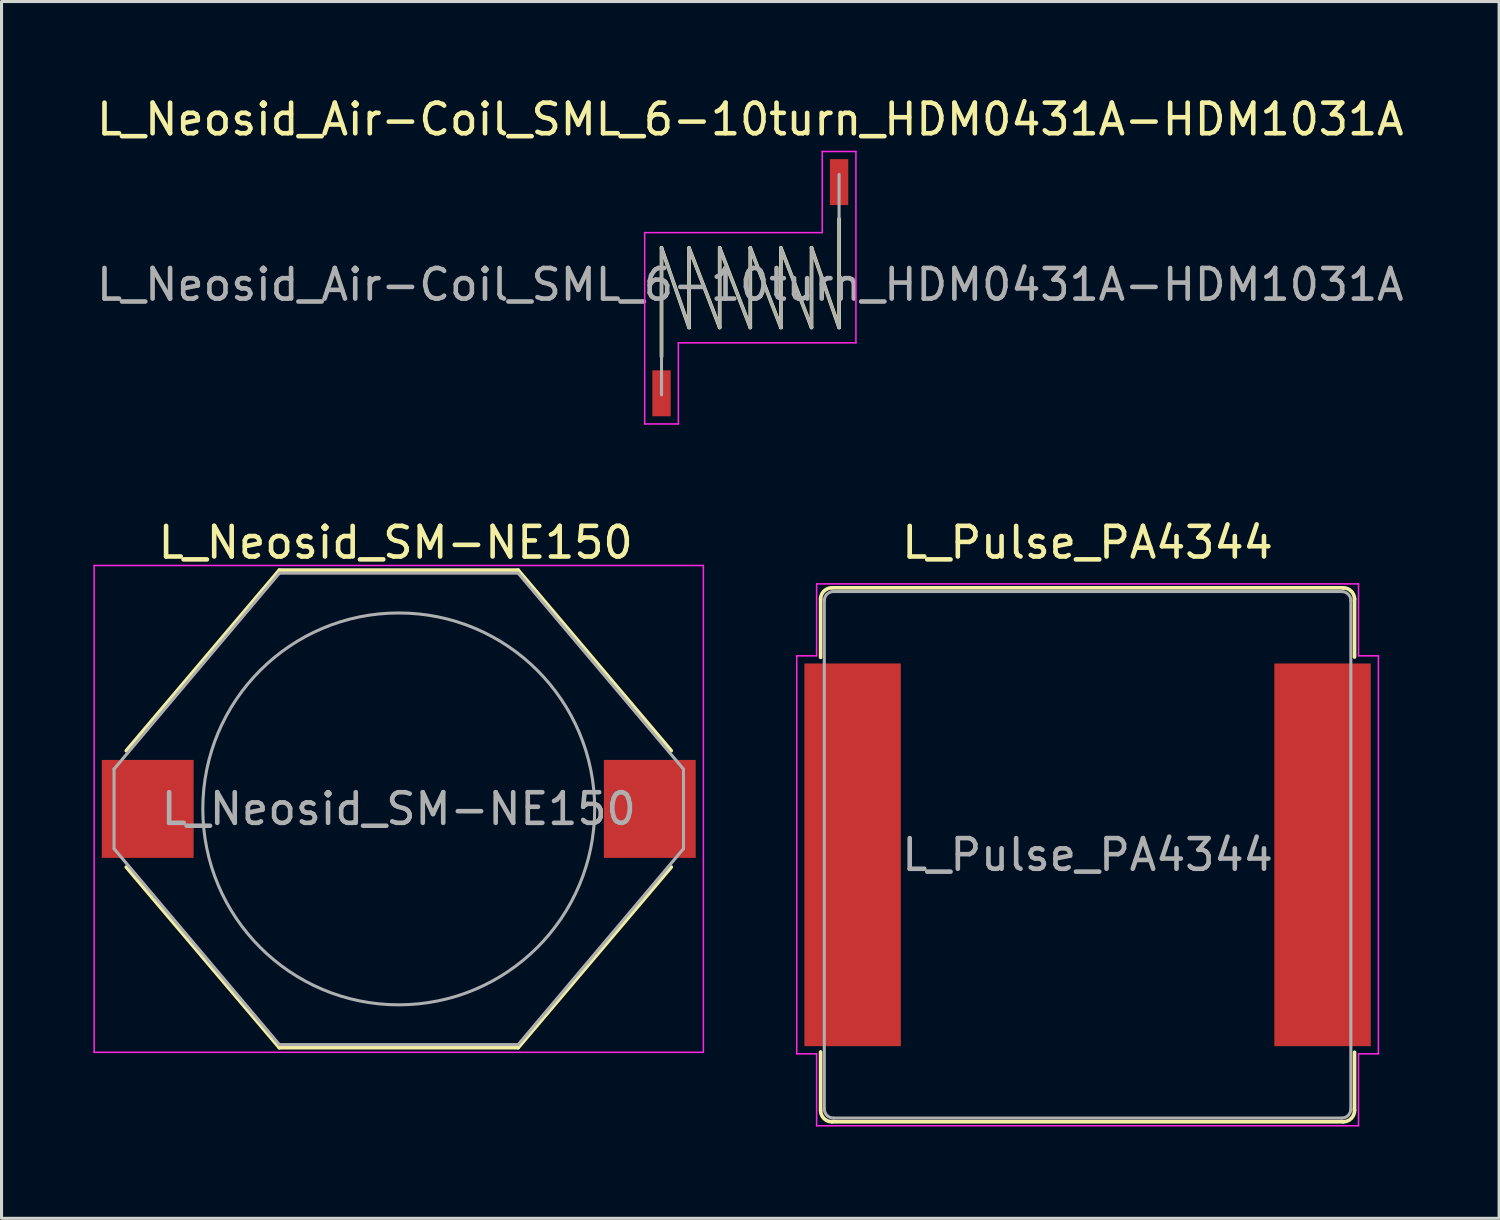
<source format=kicad_pcb>
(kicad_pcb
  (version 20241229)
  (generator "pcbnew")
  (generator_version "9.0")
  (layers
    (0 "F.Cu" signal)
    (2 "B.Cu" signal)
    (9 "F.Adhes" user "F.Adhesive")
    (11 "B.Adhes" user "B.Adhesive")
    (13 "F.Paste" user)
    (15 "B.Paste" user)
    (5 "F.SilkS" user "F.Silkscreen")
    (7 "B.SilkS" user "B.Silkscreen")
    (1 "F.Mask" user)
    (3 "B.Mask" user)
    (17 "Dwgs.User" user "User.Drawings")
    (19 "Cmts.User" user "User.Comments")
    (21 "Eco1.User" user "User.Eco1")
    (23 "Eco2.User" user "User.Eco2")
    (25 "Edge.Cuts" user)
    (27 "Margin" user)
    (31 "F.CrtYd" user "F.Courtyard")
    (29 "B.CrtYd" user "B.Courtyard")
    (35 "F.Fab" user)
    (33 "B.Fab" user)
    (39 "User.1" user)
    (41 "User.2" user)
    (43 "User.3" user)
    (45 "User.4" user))
  (footprint "L_Neosid_SM-NE150"
    (layer "F.Cu")
    (at 9.975 23.372)
    (property "Reference" "L_Neosid_SM-NE150" (at -0.1 -8.7 0) (layer "F.SilkS") (effects (font (size 1 1) (thickness 0.15))))
    (attr smd)
    (fp_line (start -8.9 1.9) (end -3.9 7.8) (stroke (width 0.12) (type solid)) (layer "F.SilkS"))
    (fp_line (start -3.9 -7.8) (end -8.9 -1.9) (stroke (width 0.12) (type solid)) (layer "F.SilkS"))
    (fp_line (start -3.9 -7.8) (end 3.9 -7.8) (stroke (width 0.12) (type solid)) (layer "F.SilkS"))
    (fp_line (start -3.9 7.8) (end 3.9 7.8) (stroke (width 0.12) (type solid)) (layer "F.SilkS"))
    (fp_line (start 3.9 -7.8) (end 8.9 -1.9) (stroke (width 0.12) (type solid)) (layer "F.SilkS"))
    (fp_line (start 3.9 7.8) (end 8.9 1.9) (stroke (width 0.12) (type solid)) (layer "F.SilkS"))
    (fp_line (start -9.95 -7.95) (end -9.95 7.95) (stroke (width 0.05) (type solid)) (layer "F.CrtYd"))
    (fp_line (start -9.95 -7.95) (end 9.95 -7.95) (stroke (width 0.05) (type solid)) (layer "F.CrtYd"))
    (fp_line (start 9.95 7.95) (end -9.95 7.95) (stroke (width 0.05) (type solid)) (layer "F.CrtYd"))
    (fp_line (start 9.95 7.95) (end 9.95 -7.95) (stroke (width 0.05) (type solid)) (layer "F.CrtYd"))
    (fp_line (start -9.3 -1.3) (end -3.9 -7.7) (stroke (width 0.1) (type solid)) (layer "F.Fab"))
    (fp_line (start -9.3 1.3) (end -9.3 -1.3) (stroke (width 0.1) (type solid)) (layer "F.Fab"))
    (fp_line (start -3.9 -7.7) (end 3.9 -7.7) (stroke (width 0.1) (type solid)) (layer "F.Fab"))
    (fp_line (start -3.9 7.7) (end -9.3 1.3) (stroke (width 0.1) (type solid)) (layer "F.Fab"))
    (fp_line (start 3.9 -7.7) (end 9.3 -1.3) (stroke (width 0.1) (type solid)) (layer "F.Fab"))
    (fp_line (start 3.9 7.7) (end -3.9 7.7) (stroke (width 0.1) (type solid)) (layer "F.Fab"))
    (fp_line (start 9.3 -1.3) (end 9.3 1.3) (stroke (width 0.1) (type solid)) (layer "F.Fab"))
    (fp_line (start 9.3 1.3) (end 3.9 7.7) (stroke (width 0.1) (type solid)) (layer "F.Fab"))
    (fp_circle (center 0 0) (end -6.4 0) (stroke (width 0.1) (type solid)) (fill no) (layer "F.Fab"))
    (fp_text user "${REFERENCE}" (at 0 0 0) (layer "F.Fab") (effects (font (size 1 1) (thickness 0.15))))
    (pad "1" smd rect (at -8.2 0 180) (size 3 3.2) (layers "F.Cu" "F.Mask" "F.Paste"))
    (pad "2" smd rect (at 8.2 0) (size 3 3.2) (layers "F.Cu" "F.Mask" "F.Paste")))
  (footprint "L_Pulse_PA4344"
    (layer "F.Cu")
    (at 32.475 24.872)
    (property "Reference" "L_Pulse_PA4344" (at 0 -10.2 0) (layer "F.SilkS") (effects (font (size 1 1) (thickness 0.15))))
    (attr smd)
    (fp_line (start -8.72 -8.35) (end -8.72 -6.45) (stroke (width 0.12) (type solid)) (layer "F.SilkS"))
    (fp_line (start -8.72 6.44) (end -8.72 8.34) (stroke (width 0.12) (type solid)) (layer "F.SilkS"))
    (fp_line (start -8.35 -8.72) (end 8.35 -8.72) (stroke (width 0.12) (type solid)) (layer "F.SilkS"))
    (fp_line (start 8.35 8.72) (end -8.35 8.72) (stroke (width 0.12) (type solid)) (layer "F.SilkS"))
    (fp_line (start 8.72 -8.36) (end 8.72 -6.46) (stroke (width 0.12) (type solid)) (layer "F.SilkS"))
    (fp_line (start 8.72 6.45) (end 8.72 8.35) (stroke (width 0.12) (type solid)) (layer "F.SilkS"))
    (fp_arc (start -8.72054 -8.35) (mid -8.618989 -8.604842) (end -8.37 -8.72) (stroke (width 0.12) (type solid)) (layer "F.SilkS"))
    (fp_arc (start -8.35 8.720135) (mid -8.608165 8.615237) (end -8.72 8.36) (stroke (width 0.12) (type solid)) (layer "F.SilkS"))
    (fp_arc (start 8.35 -8.720135) (mid 8.608165 -8.615237) (end 8.72 -8.36) (stroke (width 0.12) (type solid)) (layer "F.SilkS"))
    (fp_arc (start 8.72 8.35) (mid 8.61163 8.61163) (end 8.35 8.72) (stroke (width 0.12) (type solid)) (layer "F.SilkS"))
    (fp_line (start -9.5 -6.5) (end -9.5 6.5) (stroke (width 0.05) (type solid)) (layer "F.CrtYd"))
    (fp_line (start -9.5 -6.5) (end -8.85 -6.5) (stroke (width 0.05) (type solid)) (layer "F.CrtYd"))
    (fp_line (start -8.85 -8.85) (end -8.85 -6.5) (stroke (width 0.05) (type solid)) (layer "F.CrtYd"))
    (fp_line (start -8.85 -8.85) (end 8.85 -8.85) (stroke (width 0.05) (type solid)) (layer "F.CrtYd"))
    (fp_line (start -8.85 6.5) (end -9.5 6.5) (stroke (width 0.05) (type solid)) (layer "F.CrtYd"))
    (fp_line (start -8.85 8.85) (end -8.85 6.5) (stroke (width 0.05) (type solid)) (layer "F.CrtYd"))
    (fp_line (start 8.85 -8.85) (end 8.85 -6.5) (stroke (width 0.05) (type solid)) (layer "F.CrtYd"))
    (fp_line (start 8.85 6.5) (end 8.85 8.85) (stroke (width 0.05) (type solid)) (layer "F.CrtYd"))
    (fp_line (start 8.85 8.85) (end -8.85 8.85) (stroke (width 0.05) (type solid)) (layer "F.CrtYd"))
    (fp_line (start 9.5 -6.5) (end 8.85 -6.5) (stroke (width 0.05) (type solid)) (layer "F.CrtYd"))
    (fp_line (start 9.5 -6.5) (end 9.5 6.5) (stroke (width 0.05) (type solid)) (layer "F.CrtYd"))
    (fp_line (start 9.5 6.5) (end 8.85 6.5) (stroke (width 0.05) (type solid)) (layer "F.CrtYd"))
    (fp_line (start -8.6 -8.3) (end -8.6 8.3) (stroke (width 0.1) (type solid)) (layer "F.Fab"))
    (fp_line (start -8.3 -8.6) (end 8.3 -8.6) (stroke (width 0.1) (type solid)) (layer "F.Fab"))
    (fp_line (start 8.3 8.6) (end -8.3 8.6) (stroke (width 0.1) (type solid)) (layer "F.Fab"))
    (fp_line (start 8.6 -8.3) (end 8.6 8.3) (stroke (width 0.1) (type solid)) (layer "F.Fab"))
    (fp_arc (start -8.6 -8.3) (mid -8.512132 -8.512132) (end -8.3 -8.6) (stroke (width 0.1) (type solid)) (layer "F.Fab"))
    (fp_arc (start -8.3 8.6) (mid -8.512132 8.512132) (end -8.6 8.3) (stroke (width 0.1) (type solid)) (layer "F.Fab"))
    (fp_arc (start 8.3 -8.6) (mid 8.512132 -8.512132) (end 8.6 -8.3) (stroke (width 0.1) (type solid)) (layer "F.Fab"))
    (fp_arc (start 8.6 8.3) (mid 8.512132 8.512132) (end 8.3 8.6) (stroke (width 0.1) (type solid)) (layer "F.Fab"))
    (fp_text user "${REFERENCE}" (at 0 0 0) (layer "F.Fab") (effects (font (size 1 1) (thickness 0.15))))
    (pad "1" smd rect (at -7.675 0) (size 3.15 12.5) (layers "F.Cu" "F.Mask" "F.Paste"))
    (pad "2" smd rect (at 7.675 0) (size 3.15 12.5) (layers "F.Cu" "F.Mask" "F.Paste")))
  (footprint "L_Neosid_Air-Coil_SML_6-10turn_HDM0431A-HDM1031A"
    (layer "F.Cu")
    (at 21.458 6.348)
    (property "Reference" "L_Neosid_Air-Coil_SML_6-10turn_HDM0431A-HDM1031A" (at 0 -5.5 0) (layer "F.SilkS") (effects (font (size 1 1) (thickness 0.15))))
    (attr smd)
    (fp_line (start -2.9 -1.3) (end -2.9 2.25) (stroke (width 0.12) (type solid)) (layer "F.SilkS"))
    (fp_line (start -2.9 -1.3) (end -2 1.3) (stroke (width 0.12) (type solid)) (layer "F.SilkS"))
    (fp_line (start -2 -1.3) (end -2 1.3) (stroke (width 0.12) (type solid)) (layer "F.SilkS"))
    (fp_line (start -2 -1.3) (end -1 1.3) (stroke (width 0.12) (type solid)) (layer "F.SilkS"))
    (fp_line (start -1 -1.3) (end -1 1.3) (stroke (width 0.12) (type solid)) (layer "F.SilkS"))
    (fp_line (start -1 -1.3) (end 0 1.3) (stroke (width 0.12) (type solid)) (layer "F.SilkS"))
    (fp_line (start 0 -1.3) (end 0 1.3) (stroke (width 0.12) (type solid)) (layer "F.SilkS"))
    (fp_line (start 0 -1.3) (end 1 1.3) (stroke (width 0.12) (type solid)) (layer "F.SilkS"))
    (fp_line (start 1 -1.3) (end 1 1.3) (stroke (width 0.12) (type solid)) (layer "F.SilkS"))
    (fp_line (start 1 -1.3) (end 2 1.3) (stroke (width 0.12) (type solid)) (layer "F.SilkS"))
    (fp_line (start 2 -1.3) (end 2 1.3) (stroke (width 0.12) (type solid)) (layer "F.SilkS"))
    (fp_line (start 2 -1.3) (end 2.9 1.3) (stroke (width 0.12) (type solid)) (layer "F.SilkS"))
    (fp_line (start 2.9 1.3) (end 2.9 -2.25) (stroke (width 0.12) (type solid)) (layer "F.SilkS"))
    (fp_line (start -3.45 -1.8) (end -3.45 4.45) (stroke (width 0.05) (type solid)) (layer "F.CrtYd"))
    (fp_line (start -3.45 4.45) (end -2.35 4.45) (stroke (width 0.05) (type solid)) (layer "F.CrtYd"))
    (fp_line (start -2.35 1.8) (end 3.45 1.8) (stroke (width 0.05) (type solid)) (layer "F.CrtYd"))
    (fp_line (start -2.35 4.45) (end -2.35 1.8) (stroke (width 0.05) (type solid)) (layer "F.CrtYd"))
    (fp_line (start 2.35 -4.45) (end 2.35 -1.8) (stroke (width 0.05) (type solid)) (layer "F.CrtYd"))
    (fp_line (start 2.35 -1.8) (end -3.45 -1.8) (stroke (width 0.05) (type solid)) (layer "F.CrtYd"))
    (fp_line (start 3.45 -4.45) (end 2.35 -4.45) (stroke (width 0.05) (type solid)) (layer "F.CrtYd"))
    (fp_line (start 3.45 1.8) (end 3.45 -4.45) (stroke (width 0.05) (type solid)) (layer "F.CrtYd"))
    (fp_line (start -2.9 -1.3) (end -2 1.3) (stroke (width 0.1) (type solid)) (layer "F.Fab"))
    (fp_line (start -2.9 3.5) (end -2.9 -1.3) (stroke (width 0.1) (type solid)) (layer "F.Fab"))
    (fp_line (start -2 -1.3) (end -1 1.3) (stroke (width 0.1) (type solid)) (layer "F.Fab"))
    (fp_line (start -2 1.3) (end -2 -1.3) (stroke (width 0.1) (type solid)) (layer "F.Fab"))
    (fp_line (start -1 -1.3) (end 0 1.3) (stroke (width 0.1) (type solid)) (layer "F.Fab"))
    (fp_line (start -1 1.3) (end -1 -1.3) (stroke (width 0.1) (type solid)) (layer "F.Fab"))
    (fp_line (start 0 -1.3) (end 1 1.3) (stroke (width 0.1) (type solid)) (layer "F.Fab"))
    (fp_line (start 0 1.3) (end 0 -1.3) (stroke (width 0.1) (type solid)) (layer "F.Fab"))
    (fp_line (start 1 -1.3) (end 2 1.3) (stroke (width 0.1) (type solid)) (layer "F.Fab"))
    (fp_line (start 1 1.3) (end 1 -1.3) (stroke (width 0.1) (type solid)) (layer "F.Fab"))
    (fp_line (start 2 -1.3) (end 2.9 1.3) (stroke (width 0.1) (type solid)) (layer "F.Fab"))
    (fp_line (start 2 1.3) (end 2 -1.3) (stroke (width 0.1) (type solid)) (layer "F.Fab"))
    (fp_line (start 2.9 1.3) (end 2.9 -3.7) (stroke (width 0.1) (type solid)) (layer "F.Fab"))
    (fp_text user "${REFERENCE}" (at 0 -0.1 0) (layer "F.Fab") (effects (font (size 1 1) (thickness 0.15))))
    (pad "1" smd rect (at -2.9 3.45) (size 0.6 1.5) (layers "F.Cu" "F.Mask" "F.Paste"))
    (pad "2" smd rect (at 2.9 -3.45) (size 0.6 1.5) (layers "F.Cu" "F.Mask" "F.Paste")))
  (gr_rect
    (start -3 -3)
    (end 45.917 36.746)
    (stroke (width 0.1) (type default))
    (fill no)
    (layer "Edge.Cuts")))
</source>
